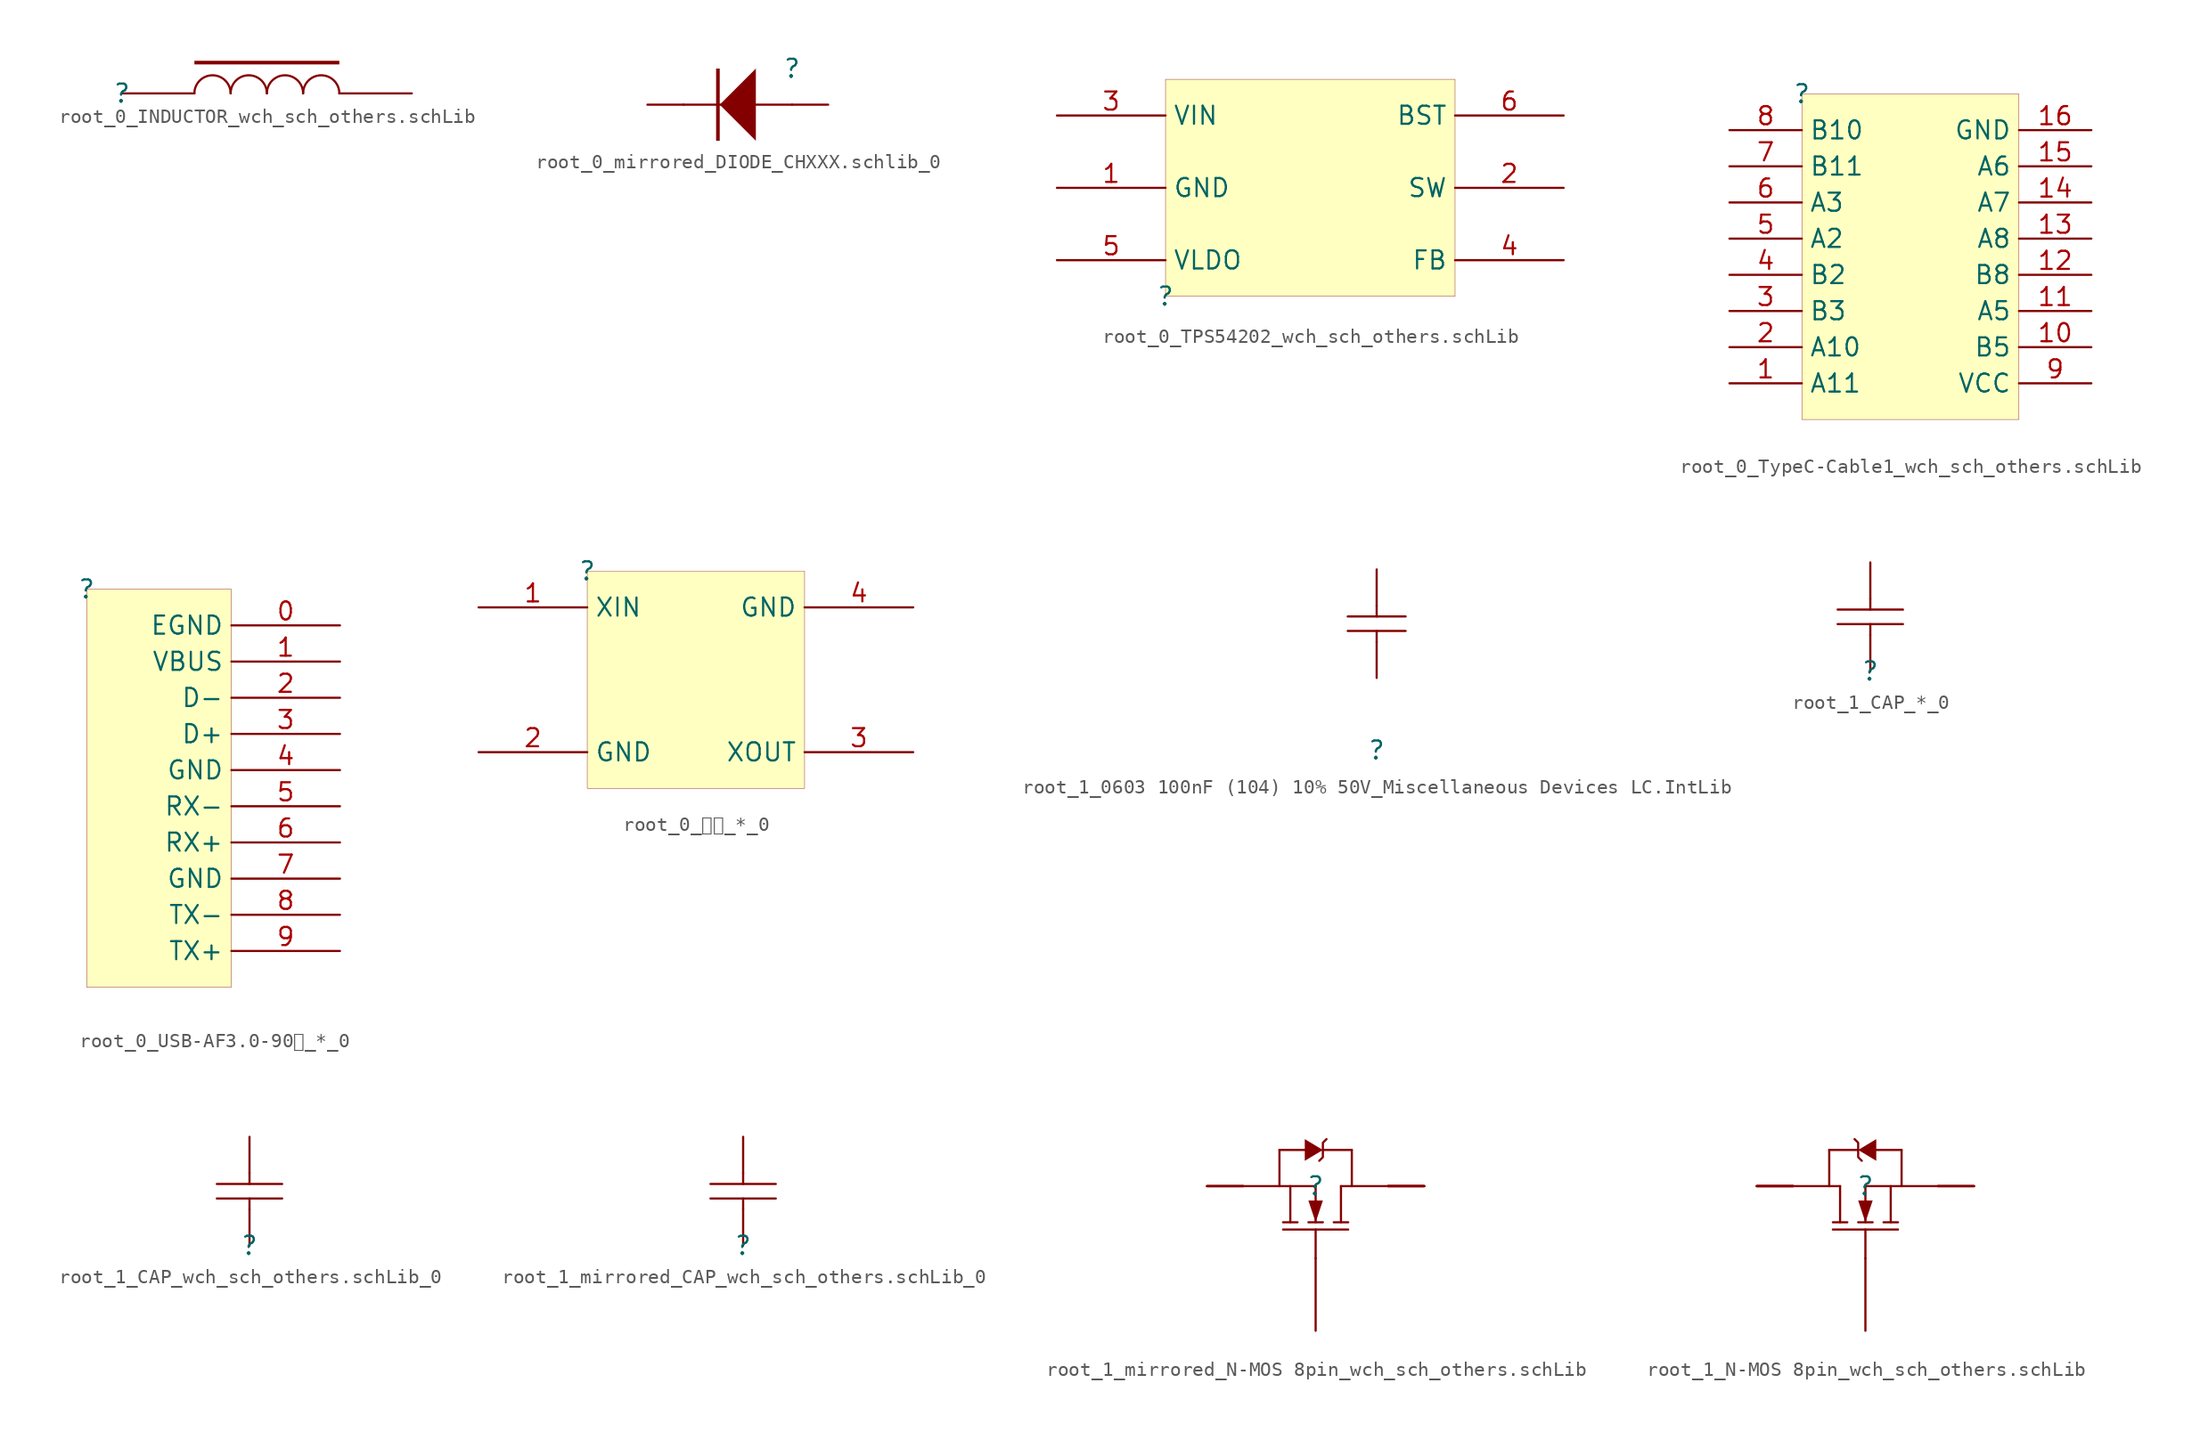
<source format=kicad_sym>
(kicad_symbol_lib
  (version 20241209)
  (generator "kicad_symbol_editor")
  (generator_version "9.0")
  (symbol "root_0_INDUCTOR_wch_sch_others.schLib"
    (pin_numbers
      (hide yes))
    (pin_names
      (hide yes))
    (property "Reference" ""
      (at 0 0 0)
      (effects (font (size 1.27 1.27))))
    (property "Value" ""
      (at 0 0 0)
      (effects (font (size 1.27 1.27))))
    (symbol "root_0_INDUCTOR_wch_sch_others.schLib_1_0"
      (polyline (pts (xy 5.08 2.032) (xy 5.08 2.286) (xy 15.24 2.286) (xy 15.24 2.032) (xy 5.08 2.032)) (stroke (width -0.0001) (type solid)) (fill (type outline)))
      (arc (start 5.08 0) (mid 6.35 1.27) (end 7.62 0) (stroke (width 0) (type solid)) (fill (type none)))
      (arc (start 7.62 0) (mid 8.89 1.27) (end 10.16 0) (stroke (width 0) (type solid)) (fill (type none)))
      (arc (start 10.16 0) (mid 11.43 1.27) (end 12.7 0) (stroke (width 0) (type solid)) (fill (type none)))
      (arc (start 12.7 0) (mid 13.97 1.27) (end 15.24 0) (stroke (width 0) (type solid)) (fill (type none)))
      (pin passive line (at 0 0 0) (length 5.08) (name "1" (effects (font (size 1.27 1.27)))) (number "1" (effects (font (size 1.27 1.27)))))
      (pin passive line (at 20.32 0 180) (length 5.08) (name "2" (effects (font (size 1.27 1.27)))) (number "2" (effects (font (size 1.27 1.27)))))))
  (symbol "root_0_mirrored_DIODE_CHXXX.schlib_0"
    (pin_numbers
      (hide yes))
    (pin_names
      (hide yes))
    (property "Reference" ""
      (at 0 0 0)
      (effects (font (size 1.27 1.27))))
    (property "Value" ""
      (at 0 0 0)
      (effects (font (size 1.27 1.27))))
    (symbol "root_0_mirrored_DIODE_CHXXX.schlib_0_1_0"
      (polyline (pts (xy -5.08 -5.08) (xy -5.334 -5.08) (xy -5.334 0) (xy -5.08 0) (xy -5.08 -5.08)) (stroke (width -0.0001) (type solid)) (fill (type outline)))
      (polyline (pts (xy -2.54 0) (xy -5.08 -2.54) (xy -2.54 -5.08) (xy -2.54 0)) (stroke (width -0.0001) (type solid)) (fill (type outline)))
      (polyline (pts (xy 0 -2.54) (xy -7.62 -2.54)) (stroke (width 0) (type solid)) (fill (type none)))
      (pin passive line (at -10.16 -2.54 0) (length 2.54) (name "K" (effects (font (size 1.27 1.27)))) (number "2" (effects (font (size 1.27 1.27)))))
      (pin passive line (at 2.54 -2.54 180) (length 2.54) (name "A" (effects (font (size 1.27 1.27)))) (number "1" (effects (font (size 1.27 1.27)))))))
  (symbol "root_0_TPS54202_wch_sch_others.schLib"
    (property "Reference" ""
      (at 0 0 0)
      (effects (font (size 1.27 1.27))))
    (property "Value" ""
      (at 0 0 0)
      (effects (font (size 1.27 1.27))))
    (symbol "root_0_TPS54202_wch_sch_others.schLib_1_0"
      (rectangle (start 20.32 15.24) (end 0 0) (stroke (width 0.025) (type solid) (color 128 0 0 1)) (fill (type background)))
      (pin passive line (at -7.62 12.7 0) (length 7.62) (name "VIN" (effects (font (size 1.27 1.27)))) (number "3" (effects (font (size 1.27 1.27)))))
      (pin passive line (at -7.62 7.62 0) (length 7.62) (name "GND" (effects (font (size 1.27 1.27)))) (number "1" (effects (font (size 1.27 1.27)))))
      (pin passive line (at -7.62 2.54 0) (length 7.62) (name "VLDO" (effects (font (size 1.27 1.27)))) (number "5" (effects (font (size 1.27 1.27)))))
      (pin passive line (at 27.94 12.7 180) (length 7.62) (name "BST" (effects (font (size 1.27 1.27)))) (number "6" (effects (font (size 1.27 1.27)))))
      (pin passive line (at 27.94 7.62 180) (length 7.62) (name "SW" (effects (font (size 1.27 1.27)))) (number "2" (effects (font (size 1.27 1.27)))))
      (pin passive line (at 27.94 2.54 180) (length 7.62) (name "FB" (effects (font (size 1.27 1.27)))) (number "4" (effects (font (size 1.27 1.27)))))))
  (symbol "root_0_TypeC-Cable1_wch_sch_others.schLib"
    (property "Reference" ""
      (at 0 0 0)
      (effects (font (size 1.27 1.27))))
    (property "Value" ""
      (at 0 0 0)
      (effects (font (size 1.27 1.27))))
    (symbol "root_0_TypeC-Cable1_wch_sch_others.schLib_1_0"
      (rectangle (start 15.24 0) (end 0 -22.86) (stroke (width 0.025) (type solid) (color 128 0 0 1)) (fill (type background)))
      (pin passive line (at -5.08 -2.54 0) (length 5.08) (name "B10" (effects (font (size 1.27 1.27)))) (number "8" (effects (font (size 1.27 1.27)))))
      (pin passive line (at -5.08 -5.08 0) (length 5.08) (name "B11" (effects (font (size 1.27 1.27)))) (number "7" (effects (font (size 1.27 1.27)))))
      (pin passive line (at -5.08 -7.62 0) (length 5.08) (name "A3" (effects (font (size 1.27 1.27)))) (number "6" (effects (font (size 1.27 1.27)))))
      (pin passive line (at -5.08 -10.16 0) (length 5.08) (name "A2" (effects (font (size 1.27 1.27)))) (number "5" (effects (font (size 1.27 1.27)))))
      (pin passive line (at -5.08 -12.7 0) (length 5.08) (name "B2" (effects (font (size 1.27 1.27)))) (number "4" (effects (font (size 1.27 1.27)))))
      (pin passive line (at -5.08 -15.24 0) (length 5.08) (name "B3" (effects (font (size 1.27 1.27)))) (number "3" (effects (font (size 1.27 1.27)))))
      (pin passive line (at -5.08 -17.78 0) (length 5.08) (name "A10" (effects (font (size 1.27 1.27)))) (number "2" (effects (font (size 1.27 1.27)))))
      (pin passive line (at -5.08 -20.32 0) (length 5.08) (name "A11" (effects (font (size 1.27 1.27)))) (number "1" (effects (font (size 1.27 1.27)))))
      (pin passive line (at 20.32 -2.54 180) (length 5.08) (name "GND" (effects (font (size 1.27 1.27)))) (number "16" (effects (font (size 1.27 1.27)))))
      (pin passive line (at 20.32 -5.08 180) (length 5.08) (name "A6" (effects (font (size 1.27 1.27)))) (number "15" (effects (font (size 1.27 1.27)))))
      (pin passive line (at 20.32 -7.62 180) (length 5.08) (name "A7" (effects (font (size 1.27 1.27)))) (number "14" (effects (font (size 1.27 1.27)))))
      (pin passive line (at 20.32 -10.16 180) (length 5.08) (name "A8" (effects (font (size 1.27 1.27)))) (number "13" (effects (font (size 1.27 1.27)))))
      (pin passive line (at 20.32 -12.7 180) (length 5.08) (name "B8" (effects (font (size 1.27 1.27)))) (number "12" (effects (font (size 1.27 1.27)))))
      (pin passive line (at 20.32 -15.24 180) (length 5.08) (name "A5" (effects (font (size 1.27 1.27)))) (number "11" (effects (font (size 1.27 1.27)))))
      (pin passive line (at 20.32 -17.78 180) (length 5.08) (name "B5" (effects (font (size 1.27 1.27)))) (number "10" (effects (font (size 1.27 1.27)))))
      (pin passive line (at 20.32 -20.32 180) (length 5.08) (name "VCC" (effects (font (size 1.27 1.27)))) (number "9" (effects (font (size 1.27 1.27)))))))
  (symbol "root_0_USB-AF3.0-90卷_*_0"
    (property "Reference" ""
      (at 0 0 0)
      (effects (font (size 1.27 1.27))))
    (property "Value" ""
      (at 0 0 0)
      (effects (font (size 1.27 1.27))))
    (symbol "root_0_USB-AF3.0-90卷_*_0_1_0"
      (rectangle (start 10.16 0) (end 0 -27.94) (stroke (width 0.025) (type solid) (color 128 0 0 1)) (fill (type background)))
      (pin passive line (at 17.78 -2.54 180) (length 7.62) (name "EGND" (effects (font (size 1.27 1.27)))) (number "0" (effects (font (size 1.27 1.27)))))
      (pin passive line (at 17.78 -5.08 180) (length 7.62) (name "VBUS" (effects (font (size 1.27 1.27)))) (number "1" (effects (font (size 1.27 1.27)))))
      (pin passive line (at 17.78 -7.62 180) (length 7.62) (name "D-" (effects (font (size 1.27 1.27)))) (number "2" (effects (font (size 1.27 1.27)))))
      (pin passive line (at 17.78 -10.16 180) (length 7.62) (name "D+" (effects (font (size 1.27 1.27)))) (number "3" (effects (font (size 1.27 1.27)))))
      (pin passive line (at 17.78 -12.7 180) (length 7.62) (name "GND" (effects (font (size 1.27 1.27)))) (number "4" (effects (font (size 1.27 1.27)))))
      (pin passive line (at 17.78 -15.24 180) (length 7.62) (name "RX-" (effects (font (size 1.27 1.27)))) (number "5" (effects (font (size 1.27 1.27)))))
      (pin passive line (at 17.78 -17.78 180) (length 7.62) (name "RX+" (effects (font (size 1.27 1.27)))) (number "6" (effects (font (size 1.27 1.27)))))
      (pin passive line (at 17.78 -20.32 180) (length 7.62) (name "GND" (effects (font (size 1.27 1.27)))) (number "7" (effects (font (size 1.27 1.27)))))
      (pin passive line (at 17.78 -22.86 180) (length 7.62) (name "TX-" (effects (font (size 1.27 1.27)))) (number "8" (effects (font (size 1.27 1.27)))))
      (pin passive line (at 17.78 -25.4 180) (length 7.62) (name "TX+" (effects (font (size 1.27 1.27)))) (number "9" (effects (font (size 1.27 1.27)))))))
  (symbol "root_0_晶体_*_0"
    (property "Reference" ""
      (at 0 0 0)
      (effects (font (size 1.27 1.27))))
    (property "Value" ""
      (at 0 0 0)
      (effects (font (size 1.27 1.27))))
    (symbol "root_0_晶体_*_0_1_0"
      (rectangle (start 15.24 0) (end 0 -15.24) (stroke (width 0.025) (type solid) (color 128 0 0 1)) (fill (type background)))
      (pin passive line (at -7.62 -2.54 0) (length 7.62) (name "XIN" (effects (font (size 1.27 1.27)))) (number "1" (effects (font (size 1.27 1.27)))))
      (pin passive line (at -7.62 -12.7 0) (length 7.62) (name "GND" (effects (font (size 1.27 1.27)))) (number "2" (effects (font (size 1.27 1.27)))))
      (pin passive line (at 22.86 -2.54 180) (length 7.62) (name "GND" (effects (font (size 1.27 1.27)))) (number "4" (effects (font (size 1.27 1.27)))))
      (pin passive line (at 22.86 -12.7 180) (length 7.62) (name "XOUT" (effects (font (size 1.27 1.27)))) (number "3" (effects (font (size 1.27 1.27)))))))
  (symbol "root_1_0603 100nF (104) 10% 50V_Miscellaneous Devices LC.IntLib"
    (pin_numbers
      (hide yes))
    (pin_names
      (hide yes))
    (property "Reference" ""
      (at 0 0 0)
      (effects (font (size 1.27 1.27))))
    (property "Value" ""
      (at 0 0 0)
      (effects (font (size 1.27 1.27))))
    (symbol "root_1_0603 100nF (104) 10% 50V_Miscellaneous Devices LC.IntLib_1_0"
      (polyline (pts (xy -2.032 9.398) (xy 2.032 9.398)) (stroke (width 0) (type solid)) (fill (type none)))
      (polyline (pts (xy 0 10.16) (xy 0 9.398)) (stroke (width 0) (type solid)) (fill (type none)))
      (polyline (pts (xy 0 7.62) (xy 0 8.382)) (stroke (width 0) (type solid)) (fill (type none)))
      (polyline (pts (xy 2.032 8.382) (xy -2.032 8.382)) (stroke (width 0) (type solid)) (fill (type none)))
      (pin passive line (at 0 12.7 270) (length 2.54) (name "2" (effects (font (size 1.27 1.27)))) (number "2" (effects (font (size 1.27 1.27)))))
      (pin passive line (at 0 5.08 90) (length 2.54) (name "1" (effects (font (size 1.27 1.27)))) (number "1" (effects (font (size 1.27 1.27)))))))
  (symbol "root_1_CAP_*_0"
    (pin_numbers
      (hide yes))
    (pin_names
      (hide yes))
    (property "Reference" ""
      (at 0 0 0)
      (effects (font (size 1.27 1.27))))
    (property "Value" ""
      (at 0 0 0)
      (effects (font (size 1.27 1.27))))
    (symbol "root_1_CAP_*_0_1_0"
      (polyline (pts (xy 0 4.318) (xy 0 5.08)) (stroke (width 0) (type solid)) (fill (type none)))
      (polyline (pts (xy 0 2.54) (xy 0 3.302)) (stroke (width 0) (type solid)) (fill (type none)))
      (polyline (pts (xy 2.286 4.318) (xy -2.286 4.318)) (stroke (width 0) (type solid)) (fill (type none)))
      (polyline (pts (xy 2.286 3.302) (xy -2.286 3.302)) (stroke (width 0) (type solid)) (fill (type none)))
      (pin passive line (at 0 7.62 270) (length 2.54) (name "2" (effects (font (size 1.27 1.27)))) (number "2" (effects (font (size 1.27 1.27)))))
      (pin passive line (at 0 0 90) (length 2.54) (name "1" (effects (font (size 1.27 1.27)))) (number "1" (effects (font (size 1.27 1.27)))))))
  (symbol "root_1_CAP_wch_sch_others.schLib_0"
    (pin_numbers
      (hide yes))
    (pin_names
      (hide yes))
    (property "Reference" ""
      (at 0 0 0)
      (effects (font (size 1.27 1.27))))
    (property "Value" ""
      (at 0 0 0)
      (effects (font (size 1.27 1.27))))
    (symbol "root_1_CAP_wch_sch_others.schLib_0_1_0"
      (polyline (pts (xy 0 4.318) (xy 0 5.08)) (stroke (width 0) (type solid)) (fill (type none)))
      (polyline (pts (xy 0 2.54) (xy 0 3.302)) (stroke (width 0) (type solid)) (fill (type none)))
      (polyline (pts (xy 2.286 4.318) (xy -2.286 4.318)) (stroke (width 0) (type solid)) (fill (type none)))
      (polyline (pts (xy 2.286 3.302) (xy -2.286 3.302)) (stroke (width 0) (type solid)) (fill (type none)))
      (pin passive line (at 0 7.62 270) (length 2.54) (name "2" (effects (font (size 1.27 1.27)))) (number "2" (effects (font (size 1.27 1.27)))))
      (pin passive line (at 0 0 90) (length 2.54) (name "1" (effects (font (size 1.27 1.27)))) (number "1" (effects (font (size 1.27 1.27)))))))
  (symbol "root_1_mirrored_CAP_wch_sch_others.schLib_0"
    (pin_numbers
      (hide yes))
    (pin_names
      (hide yes))
    (property "Reference" ""
      (at 0 0 0)
      (effects (font (size 1.27 1.27))))
    (property "Value" ""
      (at 0 0 0)
      (effects (font (size 1.27 1.27))))
    (symbol "root_1_mirrored_CAP_wch_sch_others.schLib_0_1_0"
      (polyline (pts (xy -2.286 4.318) (xy 2.286 4.318)) (stroke (width 0) (type solid)) (fill (type none)))
      (polyline (pts (xy -2.286 3.302) (xy 2.286 3.302)) (stroke (width 0) (type solid)) (fill (type none)))
      (polyline (pts (xy 0 4.318) (xy 0 5.08)) (stroke (width 0) (type solid)) (fill (type none)))
      (polyline (pts (xy 0 2.54) (xy 0 3.302)) (stroke (width 0) (type solid)) (fill (type none)))
      (pin passive line (at 0 7.62 270) (length 2.54) (name "2" (effects (font (size 1.27 1.27)))) (number "2" (effects (font (size 1.27 1.27)))))
      (pin passive line (at 0 0 90) (length 2.54) (name "1" (effects (font (size 1.27 1.27)))) (number "1" (effects (font (size 1.27 1.27)))))))
  (symbol "root_1_mirrored_N-MOS 8pin_wch_sch_others.schLib"
    (pin_numbers
      (hide yes))
    (pin_names
      (hide yes))
    (property "Reference" ""
      (at 0 0 0)
      (effects (font (size 1.27 1.27))))
    (property "Value" ""
      (at 0 0 0)
      (effects (font (size 1.27 1.27))))
    (symbol "root_1_mirrored_N-MOS 8pin_wch_sch_others.schLib_1_0"
      (polyline (pts (xy -2.54 2.54) (xy -0.762 2.54)) (stroke (width 0) (type solid)) (fill (type none)))
      (polyline (pts (xy -2.54 0) (xy -2.54 2.54)) (stroke (width 0) (type solid)) (fill (type none)))
      (polyline (pts (xy -2.286 -2.54) (xy -1.27 -2.54)) (stroke (width 0) (type solid)) (fill (type none)))
      (polyline (pts (xy -1.778 0) (xy -1.778 -2.54)) (stroke (width 0) (type solid)) (fill (type none)))
      (polyline (pts (xy -0.508 -2.54) (xy 0.508 -2.54)) (stroke (width 0) (type solid)) (fill (type none)))
      (polyline (pts (xy 0 0) (xy -2.54 0)) (stroke (width 0) (type solid)) (fill (type none)))
      (polyline (pts (xy 0 0) (xy 0 -2.54)) (stroke (width 0) (type solid)) (fill (type none)))
      (polyline (pts (xy 0 -2.54) (xy -0.508 -1.016) (xy 0.508 -1.016) (xy 0 -2.54)) (stroke (width -0.0001) (type solid)) (fill (type outline)))
      (polyline (pts (xy 0 -5.08) (xy 0 -3.048)) (stroke (width 0) (type solid)) (fill (type none)))
      (polyline (pts (xy 0.508 2.54) (xy -0.762 1.778) (xy -0.762 3.302) (xy 0.508 2.54)) (stroke (width -0.0001) (type solid)) (fill (type outline)))
      (polyline (pts (xy 0.762 3.302) (xy 0.508 3.048) (xy 0.508 2.032) (xy 0.254 1.778)) (stroke (width 0) (type solid)) (fill (type none)))
      (polyline (pts (xy 1.778 0) (xy 1.778 -2.54)) (stroke (width 0) (type solid)) (fill (type none)))
      (polyline (pts (xy 1.778 0) (xy 2.54 0)) (stroke (width 0) (type solid)) (fill (type none)))
      (polyline (pts (xy 2.286 -2.54) (xy 1.27 -2.54)) (stroke (width 0) (type solid)) (fill (type none)))
      (polyline (pts (xy 2.286 -3.048) (xy -2.286 -3.048)) (stroke (width 0) (type solid)) (fill (type none)))
      (polyline (pts (xy 2.54 2.54) (xy 0.508 2.54)) (stroke (width 0) (type solid)) (fill (type none)))
      (polyline (pts (xy 2.54 0) (xy 2.54 2.54)) (stroke (width 0) (type solid)) (fill (type none)))
      (pin passive line (at -7.62 0 0) (length 5.08) (name "S" (effects (font (size 1.27 1.27)))) (number "1" (effects (font (size 1.27 1.27)))))
      (pin passive line (at -7.62 0 0) (length 2.54) (name "S" (effects (font (size 1.27 1.27)))) (number "2" (effects (font (size 1.27 1.27)))))
      (pin passive line (at -7.62 0 0) (length 2.54) (name "S" (effects (font (size 1.27 1.27)))) (number "3" (effects (font (size 1.27 1.27)))))
      (pin passive line (at 0 -10.16 90) (length 5.08) (name "G" (effects (font (size 1.27 1.27)))) (number "4" (effects (font (size 1.27 1.27)))))
      (pin passive line (at 7.62 0 180) (length 5.08) (name "D" (effects (font (size 1.27 1.27)))) (number "5" (effects (font (size 1.27 1.27)))))
      (pin passive line (at 7.62 0 180) (length 2.54) (name "D" (effects (font (size 1.27 1.27)))) (number "6" (effects (font (size 1.27 1.27)))))
      (pin passive line (at 7.62 0 180) (length 2.54) (name "D" (effects (font (size 1.27 1.27)))) (number "7" (effects (font (size 1.27 1.27)))))
      (pin passive line (at 7.62 0 180) (length 2.54) (name "D" (effects (font (size 1.27 1.27)))) (number "8" (effects (font (size 1.27 1.27)))))))
  (symbol "root_1_N-MOS 8pin_wch_sch_others.schLib"
    (pin_numbers
      (hide yes))
    (pin_names
      (hide yes))
    (property "Reference" ""
      (at 0 0 0)
      (effects (font (size 1.27 1.27))))
    (property "Value" ""
      (at 0 0 0)
      (effects (font (size 1.27 1.27))))
    (symbol "root_1_N-MOS 8pin_wch_sch_others.schLib_1_0"
      (polyline (pts (xy -2.54 2.54) (xy -0.508 2.54)) (stroke (width 0) (type solid)) (fill (type none)))
      (polyline (pts (xy -2.54 0) (xy -2.54 2.54)) (stroke (width 0) (type solid)) (fill (type none)))
      (polyline (pts (xy -2.286 -2.54) (xy -1.27 -2.54)) (stroke (width 0) (type solid)) (fill (type none)))
      (polyline (pts (xy -2.286 -3.048) (xy 2.286 -3.048)) (stroke (width 0) (type solid)) (fill (type none)))
      (polyline (pts (xy -1.778 0) (xy -2.54 0)) (stroke (width 0) (type solid)) (fill (type none)))
      (polyline (pts (xy -1.778 0) (xy -1.778 -2.54)) (stroke (width 0) (type solid)) (fill (type none)))
      (polyline (pts (xy -0.762 3.302) (xy -0.508 3.048) (xy -0.508 2.032) (xy -0.254 1.778)) (stroke (width 0) (type solid)) (fill (type none)))
      (polyline (pts (xy -0.508 2.54) (xy 0.762 1.778) (xy 0.762 3.302) (xy -0.508 2.54)) (stroke (width -0.0001) (type solid)) (fill (type outline)))
      (polyline (pts (xy 0 0) (xy 0 -2.54)) (stroke (width 0) (type solid)) (fill (type none)))
      (polyline (pts (xy 0 0) (xy 2.54 0)) (stroke (width 0) (type solid)) (fill (type none)))
      (polyline (pts (xy 0 -2.54) (xy 0.508 -1.016) (xy -0.508 -1.016) (xy 0 -2.54)) (stroke (width -0.0001) (type solid)) (fill (type outline)))
      (polyline (pts (xy 0 -5.08) (xy 0 -3.048)) (stroke (width 0) (type solid)) (fill (type none)))
      (polyline (pts (xy 0.508 -2.54) (xy -0.508 -2.54)) (stroke (width 0) (type solid)) (fill (type none)))
      (polyline (pts (xy 1.778 0) (xy 1.778 -2.54)) (stroke (width 0) (type solid)) (fill (type none)))
      (polyline (pts (xy 2.286 -2.54) (xy 1.27 -2.54)) (stroke (width 0) (type solid)) (fill (type none)))
      (polyline (pts (xy 2.54 2.54) (xy 0.762 2.54)) (stroke (width 0) (type solid)) (fill (type none)))
      (polyline (pts (xy 2.54 0) (xy 2.54 2.54)) (stroke (width 0) (type solid)) (fill (type none)))
      (pin passive line (at -7.62 0 0) (length 5.08) (name "D" (effects (font (size 1.27 1.27)))) (number "5" (effects (font (size 1.27 1.27)))))
      (pin passive line (at -7.62 0 0) (length 2.54) (name "D" (effects (font (size 1.27 1.27)))) (number "6" (effects (font (size 1.27 1.27)))))
      (pin passive line (at -7.62 0 0) (length 2.54) (name "D" (effects (font (size 1.27 1.27)))) (number "7" (effects (font (size 1.27 1.27)))))
      (pin passive line (at -7.62 0 0) (length 2.54) (name "D" (effects (font (size 1.27 1.27)))) (number "8" (effects (font (size 1.27 1.27)))))
      (pin passive line (at 0 -10.16 90) (length 5.08) (name "G" (effects (font (size 1.27 1.27)))) (number "4" (effects (font (size 1.27 1.27)))))
      (pin passive line (at 7.62 0 180) (length 5.08) (name "S" (effects (font (size 1.27 1.27)))) (number "1" (effects (font (size 1.27 1.27)))))
      (pin passive line (at 7.62 0 180) (length 2.54) (name "S" (effects (font (size 1.27 1.27)))) (number "2" (effects (font (size 1.27 1.27)))))
      (pin passive line (at 7.62 0 180) (length 2.54) (name "S" (effects (font (size 1.27 1.27)))) (number "3" (effects (font (size 1.27 1.27))))))))
</source>
